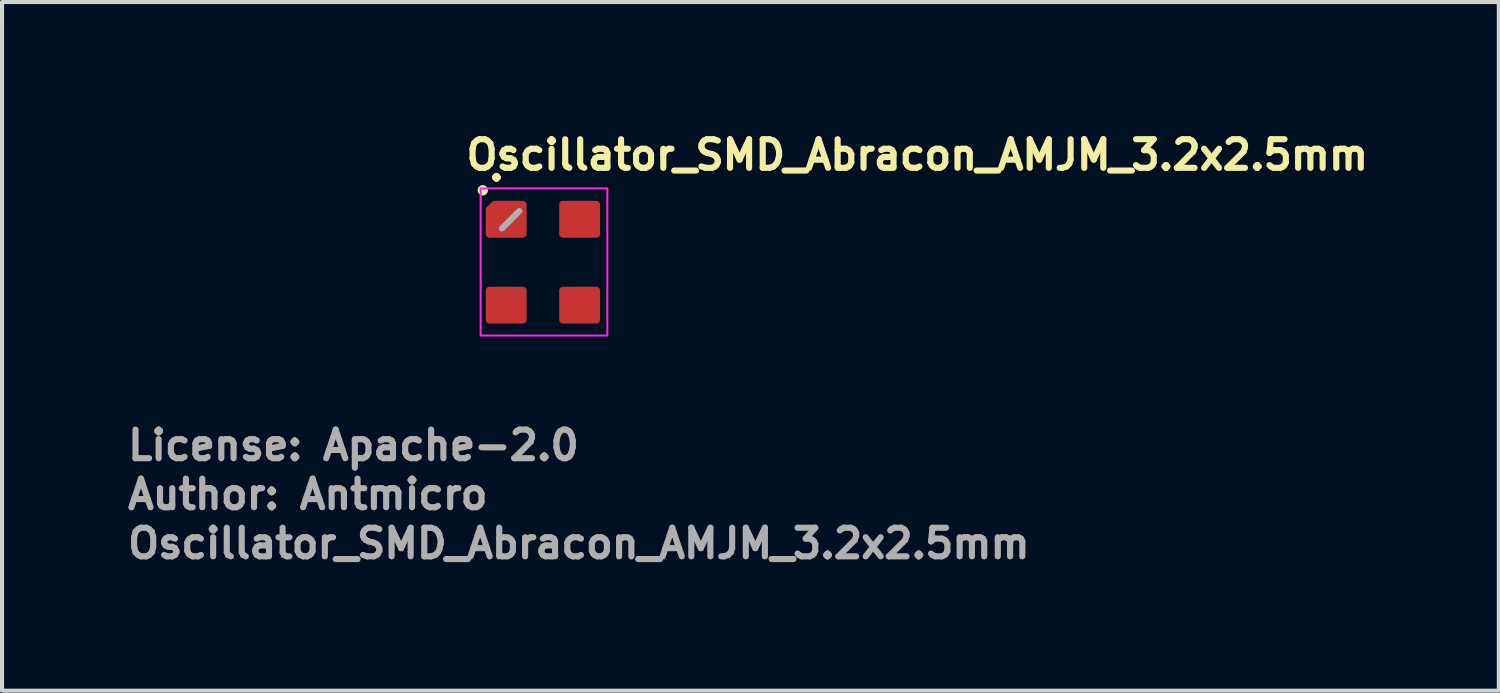
<source format=kicad_pcb>
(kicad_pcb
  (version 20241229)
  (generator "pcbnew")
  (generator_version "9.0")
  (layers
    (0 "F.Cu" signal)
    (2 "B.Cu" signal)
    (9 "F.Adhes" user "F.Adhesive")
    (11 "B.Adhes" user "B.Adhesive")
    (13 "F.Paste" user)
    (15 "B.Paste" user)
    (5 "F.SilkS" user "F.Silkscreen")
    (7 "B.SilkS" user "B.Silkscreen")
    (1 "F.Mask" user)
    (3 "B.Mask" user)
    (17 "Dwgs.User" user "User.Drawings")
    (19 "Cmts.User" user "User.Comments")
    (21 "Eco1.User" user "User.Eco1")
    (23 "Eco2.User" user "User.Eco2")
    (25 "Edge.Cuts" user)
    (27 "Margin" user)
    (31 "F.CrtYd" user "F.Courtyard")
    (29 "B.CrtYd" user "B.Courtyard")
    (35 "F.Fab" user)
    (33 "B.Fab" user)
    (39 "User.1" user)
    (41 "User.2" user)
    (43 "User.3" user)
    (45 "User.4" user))
  (footprint "Oscillator_SMD_Abracon_AMJM_3.2x2.5mm"
    (layer "F.Cu")
    (at 10.211 3.36)
    (property "Reference" "Oscillator_SMD_Abracon_AMJM_3.2x2.5mm" (at -1.93 -2.21 0) (layer "F.SilkS") (effects (font (size 0.7 0.7) (thickness 0.15)) (justify left bottom)))
    (attr smd)
    (fp_circle (center -1.448 -1.754) (end -1.397 -1.754) (stroke (width 0.15) (type solid)) (fill yes) (layer "F.SilkS"))
    (fp_rect (start -1.5 -1.8) (end 1.6 1.8) (stroke (width 0.05) (type solid)) (fill no) (layer "F.CrtYd"))
    (fp_line (start -0.977 -0.822) (end -0.554 -1.246) (stroke (width 0.15) (type solid)) (layer "F.Fab"))
    (fp_rect (start -1.252 -1.601) (end 1.249 1.6) (stroke (width 0.1) (type solid)) (fill no) (layer "User.5"))
    (fp_rect (start -1.252 -1.601) (end 1.249 1.6) (stroke (width 0.1) (type solid)) (fill no) (layer "User.5"))
    (fp_rect (start -1.252 -1.601) (end 1.249 1.6) (stroke (width 0.1) (type solid)) (fill no) (layer "User.5"))
    (fp_line (start -1.252 -1.601) (end -1.252 1.6) (stroke (width 0.02) (type solid)) (layer "User.9"))
    (fp_line (start -1.252 1.6) (end 1.249 1.6) (stroke (width 0.02) (type solid)) (layer "User.9"))
    (fp_line (start -1.115 -1.407) (end -1.115 -1.405) (stroke (width 0.02) (type solid)) (layer "User.9"))
    (fp_line (start -1.115 -1.405) (end -1.115 -1.403) (stroke (width 0.02) (type solid)) (layer "User.9"))
    (fp_line (start -1.115 -1.403) (end -1.115 -1.401) (stroke (width 0.02) (type solid)) (layer "User.9"))
    (fp_line (start -1.115 -1.401) (end -1.115 -1.397) (stroke (width 0.02) (type solid)) (layer "User.9"))
    (fp_line (start -1.115 -1.397) (end -1.113 -1.393) (stroke (width 0.02) (type solid)) (layer "User.9"))
    (fp_line (start -1.113 -1.414) (end -1.113 -1.41) (stroke (width 0.02) (type solid)) (layer "User.9"))
    (fp_line (start -1.113 -1.41) (end -1.115 -1.407) (stroke (width 0.02) (type solid)) (layer "User.9"))
    (fp_line (start -1.113 -1.41) (end -1.113 -1.41) (stroke (width 0.02) (type solid)) (layer "User.9"))
    (fp_line (start -1.113 -1.393) (end -1.113 -1.389) (stroke (width 0.02) (type solid)) (layer "User.9"))
    (fp_line (start -1.113 -1.389) (end -1.111 -1.385) (stroke (width 0.02) (type solid)) (layer "User.9"))
    (fp_line (start -1.111 -1.422) (end -1.111 -1.418) (stroke (width 0.02) (type solid)) (layer "User.9"))
    (fp_line (start -1.111 -1.418) (end -1.111 -1.418) (stroke (width 0.02) (type solid)) (layer "User.9"))
    (fp_line (start -1.111 -1.418) (end -1.111 -1.414) (stroke (width 0.02) (type solid)) (layer "User.9"))
    (fp_line (start -1.111 -1.414) (end -1.113 -1.414) (stroke (width 0.02) (type solid)) (layer "User.9"))
    (fp_line (start -1.111 -1.385) (end -1.111 -1.381) (stroke (width 0.02) (type solid)) (layer "User.9"))
    (fp_line (start -1.111 -1.381) (end -1.109 -1.377) (stroke (width 0.02) (type solid)) (layer "User.9"))
    (fp_line (start -1.109 -1.426) (end -1.109 -1.426) (stroke (width 0.02) (type solid)) (layer "User.9"))
    (fp_line (start -1.109 -1.426) (end -1.109 -1.422) (stroke (width 0.02) (type solid)) (layer "User.9"))
    (fp_line (start -1.109 -1.422) (end -1.111 -1.422) (stroke (width 0.02) (type solid)) (layer "User.9"))
    (fp_line (start -1.109 -1.377) (end -1.107 -1.373) (stroke (width 0.02) (type solid)) (layer "User.9"))
    (fp_line (start -1.107 -1.43) (end -1.109 -1.426) (stroke (width 0.02) (type solid)) (layer "User.9"))
    (fp_line (start -1.107 -1.43) (end -1.107 -1.43) (stroke (width 0.02) (type solid)) (layer "User.9"))
    (fp_line (start -1.107 -1.373) (end -1.105 -1.369) (stroke (width 0.02) (type solid)) (layer "User.9"))
    (fp_line (start -1.105 -1.434) (end -1.105 -1.432) (stroke (width 0.02) (type solid)) (layer "User.9"))
    (fp_line (start -1.105 -1.432) (end -1.107 -1.43) (stroke (width 0.02) (type solid)) (layer "User.9"))
    (fp_line (start -1.105 -1.369) (end -1.103 -1.365) (stroke (width 0.02) (type solid)) (layer "User.9"))
    (fp_line (start -1.103 -1.438) (end -1.103 -1.436) (stroke (width 0.02) (type solid)) (layer "User.9"))
    (fp_line (start -1.103 -1.436) (end -1.105 -1.434) (stroke (width 0.02) (type solid)) (layer "User.9"))
    (fp_line (start -1.103 -1.365) (end -1.101 -1.363) (stroke (width 0.02) (type solid)) (layer "User.9"))
    (fp_line (start -1.101 -1.438) (end -1.103 -1.438) (stroke (width 0.02) (type solid)) (layer "User.9"))
    (fp_line (start -1.101 -1.363) (end -1.099 -1.361) (stroke (width 0.02) (type solid)) (layer "User.9"))
    (fp_line (start -1.099 -1.442) (end -1.101 -1.438) (stroke (width 0.02) (type solid)) (layer "User.9"))
    (fp_line (start -1.099 -1.442) (end -1.099 -1.442) (stroke (width 0.02) (type solid)) (layer "User.9"))
    (fp_line (start -1.099 -1.361) (end -1.095 -1.357) (stroke (width 0.02) (type solid)) (layer "User.9"))
    (fp_line (start -1.097 -1.444) (end -1.099 -1.442) (stroke (width 0.02) (type solid)) (layer "User.9"))
    (fp_line (start -1.095 -1.446) (end -1.097 -1.444) (stroke (width 0.02) (type solid)) (layer "User.9"))
    (fp_line (start -1.095 -1.357) (end -1.093 -1.353) (stroke (width 0.02) (type solid)) (layer "User.9"))
    (fp_line (start -1.093 -1.448) (end -1.093 -1.446) (stroke (width 0.02) (type solid)) (layer "User.9"))
    (fp_line (start -1.093 -1.446) (end -1.095 -1.446) (stroke (width 0.02) (type solid)) (layer "User.9"))
    (fp_line (start -1.093 -1.353) (end -1.089 -1.353) (stroke (width 0.02) (type solid)) (layer "User.9"))
    (fp_line (start -1.091 -1.45) (end -1.093 -1.448) (stroke (width 0.02) (type solid)) (layer "User.9"))
    (fp_line (start -1.089 -1.452) (end -1.089 -1.45) (stroke (width 0.02) (type solid)) (layer "User.9"))
    (fp_line (start -1.089 -1.45) (end -1.091 -1.45) (stroke (width 0.02) (type solid)) (layer "User.9"))
    (fp_line (start -1.089 -1.353) (end -1.087 -1.349) (stroke (width 0.02) (type solid)) (layer "User.9"))
    (fp_line (start -1.087 -1.454) (end -1.089 -1.452) (stroke (width 0.02) (type solid)) (layer "User.9"))
    (fp_line (start -1.087 -1.349) (end -1.083 -1.347) (stroke (width 0.02) (type solid)) (layer "User.9"))
    (fp_line (start -1.083 -1.454) (end -1.087 -1.454) (stroke (width 0.02) (type solid)) (layer "User.9"))
    (fp_line (start -1.083 -1.454) (end -1.083 -1.454) (stroke (width 0.02) (type solid)) (layer "User.9"))
    (fp_line (start -1.083 -1.454) (end -1.083 -1.454) (stroke (width 0.02) (type solid)) (layer "User.9"))
    (fp_line (start -1.083 -1.347) (end -1.083 -1.347) (stroke (width 0.02) (type solid)) (layer "User.9"))
    (fp_line (start -1.083 -1.347) (end -1.079 -1.345) (stroke (width 0.02) (type solid)) (layer "User.9"))
    (fp_line (start -1.079 -1.458) (end -1.083 -1.454) (stroke (width 0.02) (type solid)) (layer "User.9"))
    (fp_line (start -1.079 -1.345) (end -1.075 -1.343) (stroke (width 0.02) (type solid)) (layer "User.9"))
    (fp_line (start -1.075 -1.458) (end -1.079 -1.458) (stroke (width 0.02) (type solid)) (layer "User.9"))
    (fp_line (start -1.075 -1.343) (end -1.071 -1.341) (stroke (width 0.02) (type solid)) (layer "User.9"))
    (fp_line (start -1.071 -1.46) (end -1.075 -1.458) (stroke (width 0.02) (type solid)) (layer "User.9"))
    (fp_line (start -1.071 -1.341) (end -1.067 -1.341) (stroke (width 0.02) (type solid)) (layer "User.9"))
    (fp_line (start -1.067 -1.462) (end -1.071 -1.46) (stroke (width 0.02) (type solid)) (layer "User.9"))
    (fp_line (start -1.067 -1.341) (end -1.063 -1.341) (stroke (width 0.02) (type solid)) (layer "User.9"))
    (fp_line (start -1.063 -1.462) (end -1.067 -1.462) (stroke (width 0.02) (type solid)) (layer "User.9"))
    (fp_line (start -1.063 -1.341) (end -1.061 -1.339) (stroke (width 0.02) (type solid)) (layer "User.9"))
    (fp_line (start -1.061 -1.462) (end -1.063 -1.462) (stroke (width 0.02) (type solid)) (layer "User.9"))
    (fp_line (start -1.061 -1.339) (end -1.055 -1.339) (stroke (width 0.02) (type solid)) (layer "User.9"))
    (fp_line (start -1.055 -1.462) (end -1.061 -1.462) (stroke (width 0.02) (type solid)) (layer "User.9"))
    (fp_line (start -1.055 -1.339) (end -1.051 -1.339) (stroke (width 0.02) (type solid)) (layer "User.9"))
    (fp_line (start -1.051 -1.464) (end -1.055 -1.462) (stroke (width 0.02) (type solid)) (layer "User.9"))
    (fp_line (start -1.051 -1.339) (end -1.047 -1.339) (stroke (width 0.02) (type solid)) (layer "User.9"))
    (fp_line (start -1.047 -1.462) (end -1.051 -1.464) (stroke (width 0.02) (type solid)) (layer "User.9"))
    (fp_line (start -1.047 -1.339) (end -1.043 -1.339) (stroke (width 0.02) (type solid)) (layer "User.9"))
    (fp_line (start -1.043 -1.462) (end -1.047 -1.462) (stroke (width 0.02) (type solid)) (layer "User.9"))
    (fp_line (start -1.043 -1.339) (end -1.039 -1.341) (stroke (width 0.02) (type solid)) (layer "User.9"))
    (fp_line (start -1.039 -1.462) (end -1.043 -1.462) (stroke (width 0.02) (type solid)) (layer "User.9"))
    (fp_line (start -1.039 -1.341) (end -1.035 -1.341) (stroke (width 0.02) (type solid)) (layer "User.9"))
    (fp_line (start -1.035 -1.462) (end -1.039 -1.462) (stroke (width 0.02) (type solid)) (layer "User.9"))
    (fp_line (start -1.035 -1.341) (end -1.031 -1.341) (stroke (width 0.02) (type solid)) (layer "User.9"))
    (fp_line (start -1.031 -1.46) (end -1.035 -1.462) (stroke (width 0.02) (type solid)) (layer "User.9"))
    (fp_line (start -1.031 -1.341) (end -1.029 -1.343) (stroke (width 0.02) (type solid)) (layer "User.9"))
    (fp_line (start -1.029 -1.458) (end -1.031 -1.46) (stroke (width 0.02) (type solid)) (layer "User.9"))
    (fp_line (start -1.029 -1.343) (end -1.024 -1.345) (stroke (width 0.02) (type solid)) (layer "User.9"))
    (fp_line (start -1.024 -1.458) (end -1.029 -1.458) (stroke (width 0.02) (type solid)) (layer "User.9"))
    (fp_line (start -1.024 -1.345) (end -1.02 -1.347) (stroke (width 0.02) (type solid)) (layer "User.9"))
    (fp_line (start -1.02 -1.454) (end -1.024 -1.458) (stroke (width 0.02) (type solid)) (layer "User.9"))
    (fp_line (start -1.02 -1.454) (end -1.02 -1.454) (stroke (width 0.02) (type solid)) (layer "User.9"))
    (fp_line (start -1.02 -1.347) (end -1.02 -1.347) (stroke (width 0.02) (type solid)) (layer "User.9"))
    (fp_line (start -1.02 -1.347) (end -1.018 -1.349) (stroke (width 0.02) (type solid)) (layer "User.9"))
    (fp_line (start -1.018 -1.349) (end -1.016 -1.349) (stroke (width 0.02) (type solid)) (layer "User.9"))
    (fp_line (start -1.016 -1.454) (end -1.02 -1.454) (stroke (width 0.02) (type solid)) (layer "User.9"))
    (fp_line (start -1.016 -1.349) (end -1.016 -1.349) (stroke (width 0.02) (type solid)) (layer "User.9"))
    (fp_line (start -1.016 -1.349) (end -1.012 -1.353) (stroke (width 0.02) (type solid)) (layer "User.9"))
    (fp_line (start -1.012 -1.45) (end -1.016 -1.454) (stroke (width 0.02) (type solid)) (layer "User.9"))
    (fp_line (start -1.012 -1.353) (end -1.012 -1.353) (stroke (width 0.02) (type solid)) (layer "User.9"))
    (fp_line (start -1.012 -1.353) (end -1.01 -1.353) (stroke (width 0.02) (type solid)) (layer "User.9"))
    (fp_line (start -1.01 -1.448) (end -1.012 -1.45) (stroke (width 0.02) (type solid)) (layer "User.9"))
    (fp_line (start -1.01 -1.357) (end -1.006 -1.357) (stroke (width 0.02) (type solid)) (layer "User.9"))
    (fp_line (start -1.01 -1.353) (end -1.01 -1.357) (stroke (width 0.02) (type solid)) (layer "User.9"))
    (fp_line (start -1.006 -1.446) (end -1.01 -1.448) (stroke (width 0.02) (type solid)) (layer "User.9"))
    (fp_line (start -1.006 -1.357) (end -1.006 -1.357) (stroke (width 0.02) (type solid)) (layer "User.9"))
    (fp_line (start -1.006 -1.357) (end -1.004 -1.361) (stroke (width 0.02) (type solid)) (layer "User.9"))
    (fp_line (start -1.004 -1.442) (end -1.006 -1.446) (stroke (width 0.02) (type solid)) (layer "User.9"))
    (fp_line (start -1.004 -1.361) (end -1.002 -1.361) (stroke (width 0.02) (type solid)) (layer "User.9"))
    (fp_line (start -1.002 -1.438) (end -1.004 -1.442) (stroke (width 0.02) (type solid)) (layer "User.9"))
    (fp_line (start -1.002 -1.363) (end -0.998 -1.365) (stroke (width 0.02) (type solid)) (layer "User.9"))
    (fp_line (start -1.002 -1.361) (end -1.002 -1.363) (stroke (width 0.02) (type solid)) (layer "User.9"))
    (fp_line (start -0.998 -1.365) (end -0.997 -1.365) (stroke (width 0.02) (type solid)) (layer "User.9"))
    (fp_line (start -0.997 -1.436) (end -1.002 -1.438) (stroke (width 0.02) (type solid)) (layer "User.9"))
    (fp_line (start -0.997 -1.365) (end -0.996 -1.369) (stroke (width 0.02) (type solid)) (layer "User.9"))
    (fp_line (start -0.996 -1.369) (end -0.994 -1.369) (stroke (width 0.02) (type solid)) (layer "User.9"))
    (fp_line (start -0.994 -1.432) (end -0.997 -1.436) (stroke (width 0.02) (type solid)) (layer "User.9"))
    (fp_line (start -0.994 -1.373) (end -0.993 -1.373) (stroke (width 0.02) (type solid)) (layer "User.9"))
    (fp_line (start -0.994 -1.369) (end -0.994 -1.373) (stroke (width 0.02) (type solid)) (layer "User.9"))
    (fp_line (start -0.993 -1.43) (end -0.994 -1.432) (stroke (width 0.02) (type solid)) (layer "User.9"))
    (fp_line (start -0.993 -1.375) (end -0.991 -1.377) (stroke (width 0.02) (type solid)) (layer "User.9"))
    (fp_line (start -0.993 -1.373) (end -0.993 -1.375) (stroke (width 0.02) (type solid)) (layer "User.9"))
    (fp_line (start -0.991 -1.426) (end -0.993 -1.43) (stroke (width 0.02) (type solid)) (layer "User.9"))
    (fp_line (start -0.991 -1.379) (end -0.99 -1.381) (stroke (width 0.02) (type solid)) (layer "User.9"))
    (fp_line (start -0.991 -1.377) (end -0.991 -1.379) (stroke (width 0.02) (type solid)) (layer "User.9"))
    (fp_line (start -0.99 -1.422) (end -0.991 -1.426) (stroke (width 0.02) (type solid)) (layer "User.9"))
    (fp_line (start -0.99 -1.383) (end -0.988 -1.385) (stroke (width 0.02) (type solid)) (layer "User.9"))
    (fp_line (start -0.99 -1.381) (end -0.99 -1.383) (stroke (width 0.02) (type solid)) (layer "User.9"))
    (fp_line (start -0.988 -1.418) (end -0.99 -1.422) (stroke (width 0.02) (type solid)) (layer "User.9"))
    (fp_line (start -0.988 -1.387) (end -0.987 -1.389) (stroke (width 0.02) (type solid)) (layer "User.9"))
    (fp_line (start -0.988 -1.385) (end -0.988 -1.387) (stroke (width 0.02) (type solid)) (layer "User.9"))
    (fp_line (start -0.987 -1.414) (end -0.988 -1.418) (stroke (width 0.02) (type solid)) (layer "User.9"))
    (fp_line (start -0.987 -1.41) (end -0.987 -1.414) (stroke (width 0.02) (type solid)) (layer "User.9"))
    (fp_line (start -0.987 -1.405) (end -0.987 -1.41) (stroke (width 0.02) (type solid)) (layer "User.9"))
    (fp_line (start -0.987 -1.401) (end -0.987 -1.405) (stroke (width 0.02) (type solid)) (layer "User.9"))
    (fp_line (start -0.987 -1.399) (end -0.987 -1.401) (stroke (width 0.02) (type solid)) (layer "User.9"))
    (fp_line (start -0.987 -1.397) (end -0.987 -1.399) (stroke (width 0.02) (type solid)) (layer "User.9"))
    (fp_line (start -0.987 -1.395) (end -0.987 -1.397) (stroke (width 0.02) (type solid)) (layer "User.9"))
    (fp_line (start -0.987 -1.393) (end -0.987 -1.395) (stroke (width 0.02) (type solid)) (layer "User.9"))
    (fp_line (start -0.987 -1.391) (end -0.987 -1.393) (stroke (width 0.02) (type solid)) (layer "User.9"))
    (fp_line (start -0.987 -1.389) (end -0.987 -1.391) (stroke (width 0.02) (type solid)) (layer "User.9"))
    (fp_line (start 1.249 -1.601) (end -1.252 -1.601) (stroke (width 0.02) (type solid)) (layer "User.9"))
    (fp_line (start 1.249 1.6) (end 1.249 -1.601) (stroke (width 0.02) (type solid)) (layer "User.9"))
    (fp_text user "." (at -1.379 -1.944 0) (layer "F.SilkS") (effects (font (size 0.7 0.7) (thickness 0.15)) (justify left bottom)))
    (fp_text user "${REFERENCE}" (at -10.211 7.296 0) (layer "F.Fab") (effects (font (size 0.7 0.7) (thickness 0.15)) (justify left bottom)))
    (fp_text user "Author: Antmicro" (at -10.211 6.095 0) (layer "F.Fab") (effects (font (size 0.7 0.7) (thickness 0.15)) (justify left bottom)))
    (fp_text user "License: Apache-2.0" (at -10.211 4.895 0) (layer "F.Fab") (effects (font (size 0.7 0.7) (thickness 0.15)) (justify left bottom)))
    (pad "1" smd roundrect (at -0.876 -1.045) (size 1 0.9) (layers "F.Cu" "F.Mask" "F.Paste") (roundrect_rratio 0.1) (chamfer_ratio 0.2) (chamfer top_left))
    (pad "2" smd roundrect (at -0.876 1.056) (size 1 0.9) (layers "F.Cu" "F.Mask" "F.Paste") (roundrect_rratio 0.1))
    (pad "3" smd roundrect (at 0.922 1.056) (size 1 0.9) (layers "F.Cu" "F.Mask" "F.Paste") (roundrect_rratio 0.1))
    (pad "4" smd roundrect (at 0.922 -1.045) (size 1 0.9) (layers "F.Cu" "F.Mask" "F.Paste") (roundrect_rratio 0.1)))
  (gr_rect
    (start -3 -3)
    (end 33.624 13.851)
    (stroke (width 0.1) (type default))
    (fill no)
    (layer "Edge.Cuts")))
</source>
